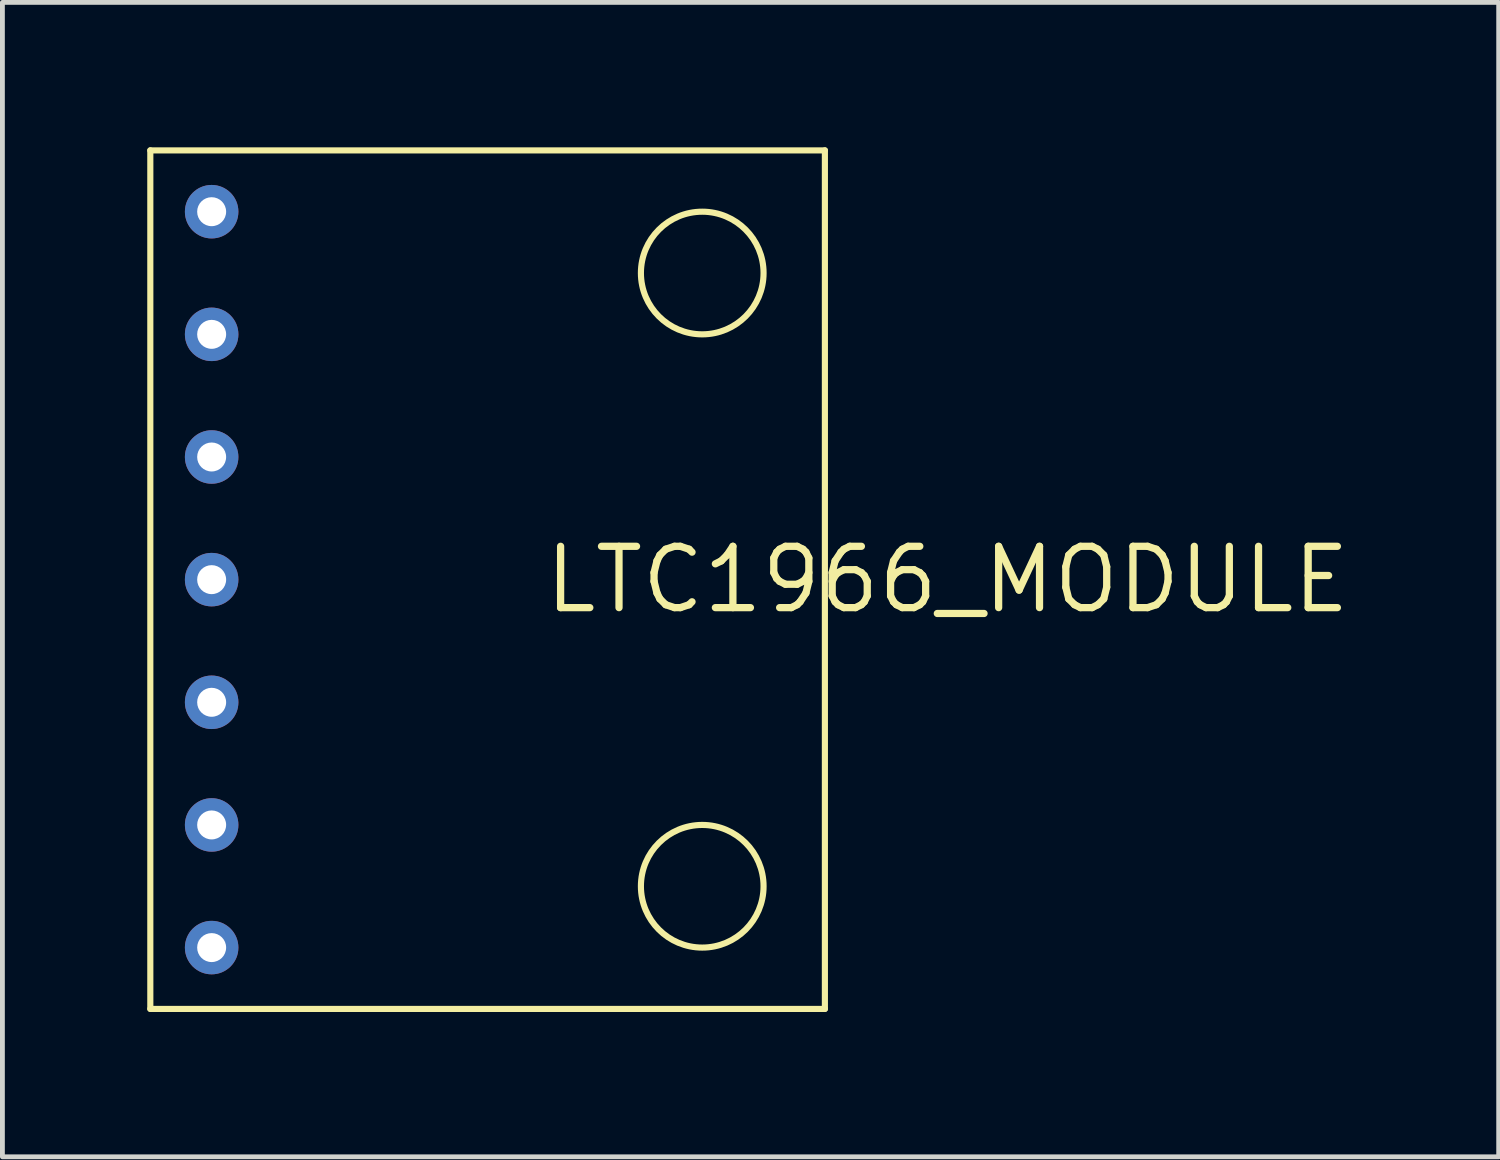
<source format=kicad_pcb>
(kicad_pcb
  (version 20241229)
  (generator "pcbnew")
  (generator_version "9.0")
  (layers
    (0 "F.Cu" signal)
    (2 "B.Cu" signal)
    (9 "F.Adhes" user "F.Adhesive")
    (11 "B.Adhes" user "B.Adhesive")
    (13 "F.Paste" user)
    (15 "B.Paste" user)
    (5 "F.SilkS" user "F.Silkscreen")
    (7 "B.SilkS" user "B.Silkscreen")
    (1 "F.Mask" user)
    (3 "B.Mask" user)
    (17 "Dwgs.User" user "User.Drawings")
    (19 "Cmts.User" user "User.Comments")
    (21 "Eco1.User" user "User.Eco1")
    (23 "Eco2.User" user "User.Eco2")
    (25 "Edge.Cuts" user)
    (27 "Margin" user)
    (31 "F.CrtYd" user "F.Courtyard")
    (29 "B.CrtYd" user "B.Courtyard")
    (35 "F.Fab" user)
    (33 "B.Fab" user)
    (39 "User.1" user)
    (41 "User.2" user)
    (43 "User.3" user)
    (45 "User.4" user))
  (footprint "LTC1966_MODULE"
    (layer "F.Cu")
    (at 16.573 8.954)
    (property "Reference" "LTC1966_MODULE" (at 0 0 0) (layer "F.SilkS") (effects (font (size 1.27 1.27) (thickness 0.15))))
    (attr through_hole)
    (fp_line (start -16.51 -8.89) (end -16.51 8.89) (stroke (width 0.127) (type solid)) (layer "F.SilkS"))
    (fp_line (start -16.51 8.89) (end -2.54 8.89) (stroke (width 0.127) (type solid)) (layer "F.SilkS"))
    (fp_line (start -2.54 -8.89) (end -16.51 -8.89) (stroke (width 0.127) (type solid)) (layer "F.SilkS"))
    (fp_line (start -2.54 8.89) (end -2.54 -8.89) (stroke (width 0.127) (type solid)) (layer "F.SilkS"))
    (fp_circle (center -5.08 -6.35) (end -3.81 -6.35) (stroke (width 0.127) (type solid)) (fill no) (layer "F.SilkS"))
    (fp_circle (center -5.08 6.35) (end -3.81 6.35) (stroke (width 0.127) (type solid)) (fill no) (layer "F.SilkS"))
    (pad "P$1" thru_hole circle (at -15.24 -7.62) (size 1.108 1.108) (drill 0.6) (layers "*.Cu" "*.Mask"))
    (pad "P$2" thru_hole circle (at -15.24 -5.08) (size 1.108 1.108) (drill 0.6) (layers "*.Cu" "*.Mask"))
    (pad "P$3" thru_hole circle (at -15.24 -2.54) (size 1.108 1.108) (drill 0.6) (layers "*.Cu" "*.Mask"))
    (pad "P$4" thru_hole circle (at -15.24 0) (size 1.108 1.108) (drill 0.6) (layers "*.Cu" "*.Mask"))
    (pad "P$5" thru_hole circle (at -15.24 2.54) (size 1.108 1.108) (drill 0.6) (layers "*.Cu" "*.Mask"))
    (pad "P$6" thru_hole circle (at -15.24 5.08) (size 1.108 1.108) (drill 0.6) (layers "*.Cu" "*.Mask"))
    (pad "P$7" thru_hole circle (at -15.24 7.62) (size 1.108 1.108) (drill 0.6) (layers "*.Cu" "*.Mask")))
  (gr_rect
    (start -3 -3)
    (end 27.987 20.907)
    (stroke (width 0.1) (type default))
    (fill no)
    (layer "Edge.Cuts")))
</source>
